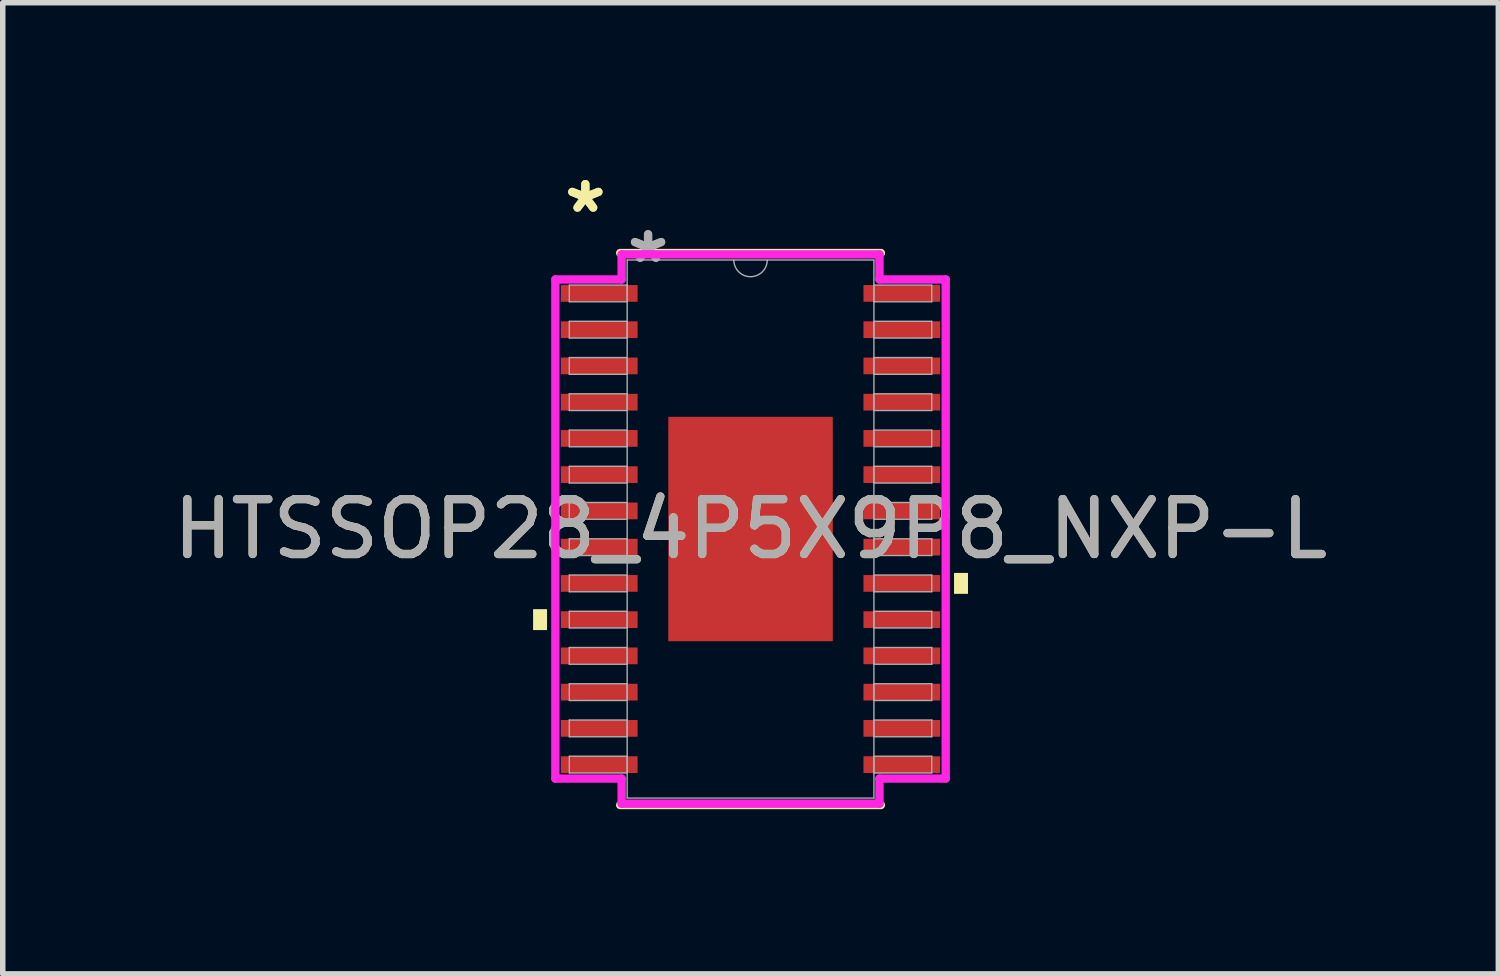
<source format=kicad_pcb>
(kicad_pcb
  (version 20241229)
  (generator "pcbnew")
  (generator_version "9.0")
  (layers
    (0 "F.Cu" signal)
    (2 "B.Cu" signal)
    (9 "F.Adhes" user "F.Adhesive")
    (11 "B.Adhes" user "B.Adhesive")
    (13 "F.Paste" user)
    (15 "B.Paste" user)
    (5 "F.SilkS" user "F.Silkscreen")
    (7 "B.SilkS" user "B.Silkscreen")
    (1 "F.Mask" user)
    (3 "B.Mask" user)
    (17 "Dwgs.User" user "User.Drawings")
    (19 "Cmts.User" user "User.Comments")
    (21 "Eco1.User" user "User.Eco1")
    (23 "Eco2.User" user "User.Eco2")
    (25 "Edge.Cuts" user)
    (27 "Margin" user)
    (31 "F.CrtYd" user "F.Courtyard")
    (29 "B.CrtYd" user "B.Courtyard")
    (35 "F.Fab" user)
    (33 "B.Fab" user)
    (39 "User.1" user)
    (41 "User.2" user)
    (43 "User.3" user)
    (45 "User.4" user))
  (footprint "HTSSOP28_4P5X9P8_NXP-L"
    (layer "F.Cu")
    (at 10.625 6.589)
    (property "Reference" "HTSSOP28_4P5X9P8_NXP-L" (at 0 0 0) (unlocked yes) (layer "F.SilkS") (effects (font (size 1 1) (thickness 0.15))))
    (attr smd)
    (fp_line (start -2.375 5.029) (end 2.375 5.029) (stroke (width 0.152) (type solid)) (layer "F.SilkS"))
    (fp_line (start 2.375 -5.029) (end -2.375 -5.029) (stroke (width 0.152) (type solid)) (layer "F.SilkS"))
    (fp_poly (pts (xy -3.962 1.46) (xy -3.962 1.841) (xy -3.708 1.841) (xy -3.708 1.46)) (stroke (width 0) (type solid)) (fill yes) (layer "F.SilkS"))
    (fp_poly (pts (xy 3.962 0.8) (xy 3.962 1.181) (xy 3.708 1.181) (xy 3.708 0.8)) (stroke (width 0) (type solid)) (fill yes) (layer "F.SilkS"))
    (fp_poly (pts (xy -1.399 -1.945) (xy -1.399 -0.782) (xy -0.1 -0.782) (xy -0.1 -1.945)) (stroke (width 0) (type solid)) (fill yes) (layer "F.Paste"))
    (fp_poly (pts (xy -1.399 -0.582) (xy -1.399 0.582) (xy -0.1 0.582) (xy -0.1 -0.582)) (stroke (width 0) (type solid)) (fill yes) (layer "F.Paste"))
    (fp_poly (pts (xy -1.399 0.782) (xy -1.399 1.945) (xy -0.1 1.945) (xy -0.1 0.782)) (stroke (width 0) (type solid)) (fill yes) (layer "F.Paste"))
    (fp_poly (pts (xy 0.1 -1.945) (xy 0.1 -0.782) (xy 1.399 -0.782) (xy 1.399 -1.945)) (stroke (width 0) (type solid)) (fill yes) (layer "F.Paste"))
    (fp_poly (pts (xy 0.1 -0.582) (xy 0.1 0.582) (xy 1.399 0.582) (xy 1.399 -0.582)) (stroke (width 0) (type solid)) (fill yes) (layer "F.Paste"))
    (fp_poly (pts (xy 0.1 0.782) (xy 0.1 1.945) (xy 1.399 1.945) (xy 1.399 0.782)) (stroke (width 0) (type solid)) (fill yes) (layer "F.Paste"))
    (fp_line (start -3.556 -4.547) (end -2.349 -4.547) (stroke (width 0.152) (type solid)) (layer "F.CrtYd"))
    (fp_line (start -3.556 4.547) (end -3.556 -4.547) (stroke (width 0.152) (type solid)) (layer "F.CrtYd"))
    (fp_line (start -3.556 4.547) (end -2.349 4.547) (stroke (width 0.152) (type solid)) (layer "F.CrtYd"))
    (fp_line (start -2.349 -5.004) (end 2.349 -5.004) (stroke (width 0.152) (type solid)) (layer "F.CrtYd"))
    (fp_line (start -2.349 -4.547) (end -2.349 -5.004) (stroke (width 0.152) (type solid)) (layer "F.CrtYd"))
    (fp_line (start -2.349 5.004) (end -2.349 4.547) (stroke (width 0.152) (type solid)) (layer "F.CrtYd"))
    (fp_line (start 2.349 -5.004) (end 2.349 -4.547) (stroke (width 0.152) (type solid)) (layer "F.CrtYd"))
    (fp_line (start 2.349 4.547) (end 2.349 5.004) (stroke (width 0.152) (type solid)) (layer "F.CrtYd"))
    (fp_line (start 2.349 5.004) (end -2.349 5.004) (stroke (width 0.152) (type solid)) (layer "F.CrtYd"))
    (fp_line (start 3.556 -4.547) (end 2.349 -4.547) (stroke (width 0.152) (type solid)) (layer "F.CrtYd"))
    (fp_line (start 3.556 -4.547) (end 3.556 4.547) (stroke (width 0.152) (type solid)) (layer "F.CrtYd"))
    (fp_line (start 3.556 4.547) (end 2.349 4.547) (stroke (width 0.152) (type solid)) (layer "F.CrtYd"))
    (fp_line (start -3.302 -4.445) (end -3.302 -4.14) (stroke (width 0.025) (type solid)) (layer "F.Fab"))
    (fp_line (start -3.302 -4.14) (end -2.248 -4.14) (stroke (width 0.025) (type solid)) (layer "F.Fab"))
    (fp_line (start -3.302 -3.785) (end -3.302 -3.48) (stroke (width 0.025) (type solid)) (layer "F.Fab"))
    (fp_line (start -3.302 -3.48) (end -2.248 -3.48) (stroke (width 0.025) (type solid)) (layer "F.Fab"))
    (fp_line (start -3.302 -3.124) (end -3.302 -2.819) (stroke (width 0.025) (type solid)) (layer "F.Fab"))
    (fp_line (start -3.302 -2.819) (end -2.248 -2.819) (stroke (width 0.025) (type solid)) (layer "F.Fab"))
    (fp_line (start -3.302 -2.464) (end -3.302 -2.159) (stroke (width 0.025) (type solid)) (layer "F.Fab"))
    (fp_line (start -3.302 -2.159) (end -2.248 -2.159) (stroke (width 0.025) (type solid)) (layer "F.Fab"))
    (fp_line (start -3.302 -1.803) (end -3.302 -1.499) (stroke (width 0.025) (type solid)) (layer "F.Fab"))
    (fp_line (start -3.302 -1.499) (end -2.248 -1.499) (stroke (width 0.025) (type solid)) (layer "F.Fab"))
    (fp_line (start -3.302 -1.143) (end -3.302 -0.838) (stroke (width 0.025) (type solid)) (layer "F.Fab"))
    (fp_line (start -3.302 -0.838) (end -2.248 -0.838) (stroke (width 0.025) (type solid)) (layer "F.Fab"))
    (fp_line (start -3.302 -0.483) (end -3.302 -0.178) (stroke (width 0.025) (type solid)) (layer "F.Fab"))
    (fp_line (start -3.302 -0.178) (end -2.248 -0.178) (stroke (width 0.025) (type solid)) (layer "F.Fab"))
    (fp_line (start -3.302 0.178) (end -3.302 0.483) (stroke (width 0.025) (type solid)) (layer "F.Fab"))
    (fp_line (start -3.302 0.483) (end -2.248 0.483) (stroke (width 0.025) (type solid)) (layer "F.Fab"))
    (fp_line (start -3.302 0.838) (end -3.302 1.143) (stroke (width 0.025) (type solid)) (layer "F.Fab"))
    (fp_line (start -3.302 1.143) (end -2.248 1.143) (stroke (width 0.025) (type solid)) (layer "F.Fab"))
    (fp_line (start -3.302 1.499) (end -3.302 1.803) (stroke (width 0.025) (type solid)) (layer "F.Fab"))
    (fp_line (start -3.302 1.803) (end -2.248 1.803) (stroke (width 0.025) (type solid)) (layer "F.Fab"))
    (fp_line (start -3.302 2.159) (end -3.302 2.464) (stroke (width 0.025) (type solid)) (layer "F.Fab"))
    (fp_line (start -3.302 2.464) (end -2.248 2.464) (stroke (width 0.025) (type solid)) (layer "F.Fab"))
    (fp_line (start -3.302 2.819) (end -3.302 3.124) (stroke (width 0.025) (type solid)) (layer "F.Fab"))
    (fp_line (start -3.302 3.124) (end -2.248 3.124) (stroke (width 0.025) (type solid)) (layer "F.Fab"))
    (fp_line (start -3.302 3.48) (end -3.302 3.785) (stroke (width 0.025) (type solid)) (layer "F.Fab"))
    (fp_line (start -3.302 3.785) (end -2.248 3.785) (stroke (width 0.025) (type solid)) (layer "F.Fab"))
    (fp_line (start -3.302 4.14) (end -3.302 4.445) (stroke (width 0.025) (type solid)) (layer "F.Fab"))
    (fp_line (start -3.302 4.445) (end -2.248 4.445) (stroke (width 0.025) (type solid)) (layer "F.Fab"))
    (fp_line (start -2.248 -4.902) (end -2.248 4.902) (stroke (width 0.025) (type solid)) (layer "F.Fab"))
    (fp_line (start -2.248 -4.445) (end -3.302 -4.445) (stroke (width 0.025) (type solid)) (layer "F.Fab"))
    (fp_line (start -2.248 -4.14) (end -2.248 -4.445) (stroke (width 0.025) (type solid)) (layer "F.Fab"))
    (fp_line (start -2.248 -3.785) (end -3.302 -3.785) (stroke (width 0.025) (type solid)) (layer "F.Fab"))
    (fp_line (start -2.248 -3.48) (end -2.248 -3.785) (stroke (width 0.025) (type solid)) (layer "F.Fab"))
    (fp_line (start -2.248 -3.124) (end -3.302 -3.124) (stroke (width 0.025) (type solid)) (layer "F.Fab"))
    (fp_line (start -2.248 -2.819) (end -2.248 -3.124) (stroke (width 0.025) (type solid)) (layer "F.Fab"))
    (fp_line (start -2.248 -2.464) (end -3.302 -2.464) (stroke (width 0.025) (type solid)) (layer "F.Fab"))
    (fp_line (start -2.248 -2.159) (end -2.248 -2.464) (stroke (width 0.025) (type solid)) (layer "F.Fab"))
    (fp_line (start -2.248 -1.803) (end -3.302 -1.803) (stroke (width 0.025) (type solid)) (layer "F.Fab"))
    (fp_line (start -2.248 -1.499) (end -2.248 -1.803) (stroke (width 0.025) (type solid)) (layer "F.Fab"))
    (fp_line (start -2.248 -1.143) (end -3.302 -1.143) (stroke (width 0.025) (type solid)) (layer "F.Fab"))
    (fp_line (start -2.248 -0.838) (end -2.248 -1.143) (stroke (width 0.025) (type solid)) (layer "F.Fab"))
    (fp_line (start -2.248 -0.483) (end -3.302 -0.483) (stroke (width 0.025) (type solid)) (layer "F.Fab"))
    (fp_line (start -2.248 -0.178) (end -2.248 -0.483) (stroke (width 0.025) (type solid)) (layer "F.Fab"))
    (fp_line (start -2.248 0.178) (end -3.302 0.178) (stroke (width 0.025) (type solid)) (layer "F.Fab"))
    (fp_line (start -2.248 0.483) (end -2.248 0.178) (stroke (width 0.025) (type solid)) (layer "F.Fab"))
    (fp_line (start -2.248 0.838) (end -3.302 0.838) (stroke (width 0.025) (type solid)) (layer "F.Fab"))
    (fp_line (start -2.248 1.143) (end -2.248 0.838) (stroke (width 0.025) (type solid)) (layer "F.Fab"))
    (fp_line (start -2.248 1.499) (end -3.302 1.499) (stroke (width 0.025) (type solid)) (layer "F.Fab"))
    (fp_line (start -2.248 1.803) (end -2.248 1.499) (stroke (width 0.025) (type solid)) (layer "F.Fab"))
    (fp_line (start -2.248 2.159) (end -3.302 2.159) (stroke (width 0.025) (type solid)) (layer "F.Fab"))
    (fp_line (start -2.248 2.464) (end -2.248 2.159) (stroke (width 0.025) (type solid)) (layer "F.Fab"))
    (fp_line (start -2.248 2.819) (end -3.302 2.819) (stroke (width 0.025) (type solid)) (layer "F.Fab"))
    (fp_line (start -2.248 3.124) (end -2.248 2.819) (stroke (width 0.025) (type solid)) (layer "F.Fab"))
    (fp_line (start -2.248 3.48) (end -3.302 3.48) (stroke (width 0.025) (type solid)) (layer "F.Fab"))
    (fp_line (start -2.248 3.785) (end -2.248 3.48) (stroke (width 0.025) (type solid)) (layer "F.Fab"))
    (fp_line (start -2.248 4.14) (end -3.302 4.14) (stroke (width 0.025) (type solid)) (layer "F.Fab"))
    (fp_line (start -2.248 4.445) (end -2.248 4.14) (stroke (width 0.025) (type solid)) (layer "F.Fab"))
    (fp_line (start -2.248 4.902) (end 2.248 4.902) (stroke (width 0.025) (type solid)) (layer "F.Fab"))
    (fp_line (start 2.248 -4.902) (end -2.248 -4.902) (stroke (width 0.025) (type solid)) (layer "F.Fab"))
    (fp_line (start 2.248 -4.445) (end 2.248 -4.14) (stroke (width 0.025) (type solid)) (layer "F.Fab"))
    (fp_line (start 2.248 -4.14) (end 3.302 -4.14) (stroke (width 0.025) (type solid)) (layer "F.Fab"))
    (fp_line (start 2.248 -3.785) (end 2.248 -3.48) (stroke (width 0.025) (type solid)) (layer "F.Fab"))
    (fp_line (start 2.248 -3.48) (end 3.302 -3.48) (stroke (width 0.025) (type solid)) (layer "F.Fab"))
    (fp_line (start 2.248 -3.124) (end 2.248 -2.819) (stroke (width 0.025) (type solid)) (layer "F.Fab"))
    (fp_line (start 2.248 -2.819) (end 3.302 -2.819) (stroke (width 0.025) (type solid)) (layer "F.Fab"))
    (fp_line (start 2.248 -2.464) (end 2.248 -2.159) (stroke (width 0.025) (type solid)) (layer "F.Fab"))
    (fp_line (start 2.248 -2.159) (end 3.302 -2.159) (stroke (width 0.025) (type solid)) (layer "F.Fab"))
    (fp_line (start 2.248 -1.803) (end 2.248 -1.499) (stroke (width 0.025) (type solid)) (layer "F.Fab"))
    (fp_line (start 2.248 -1.499) (end 3.302 -1.499) (stroke (width 0.025) (type solid)) (layer "F.Fab"))
    (fp_line (start 2.248 -1.143) (end 2.248 -0.838) (stroke (width 0.025) (type solid)) (layer "F.Fab"))
    (fp_line (start 2.248 -0.838) (end 3.302 -0.838) (stroke (width 0.025) (type solid)) (layer "F.Fab"))
    (fp_line (start 2.248 -0.483) (end 2.248 -0.178) (stroke (width 0.025) (type solid)) (layer "F.Fab"))
    (fp_line (start 2.248 -0.178) (end 3.302 -0.178) (stroke (width 0.025) (type solid)) (layer "F.Fab"))
    (fp_line (start 2.248 0.178) (end 2.248 0.483) (stroke (width 0.025) (type solid)) (layer "F.Fab"))
    (fp_line (start 2.248 0.483) (end 3.302 0.483) (stroke (width 0.025) (type solid)) (layer "F.Fab"))
    (fp_line (start 2.248 0.838) (end 2.248 1.143) (stroke (width 0.025) (type solid)) (layer "F.Fab"))
    (fp_line (start 2.248 1.143) (end 3.302 1.143) (stroke (width 0.025) (type solid)) (layer "F.Fab"))
    (fp_line (start 2.248 1.499) (end 2.248 1.803) (stroke (width 0.025) (type solid)) (layer "F.Fab"))
    (fp_line (start 2.248 1.803) (end 3.302 1.803) (stroke (width 0.025) (type solid)) (layer "F.Fab"))
    (fp_line (start 2.248 2.159) (end 2.248 2.464) (stroke (width 0.025) (type solid)) (layer "F.Fab"))
    (fp_line (start 2.248 2.464) (end 3.302 2.464) (stroke (width 0.025) (type solid)) (layer "F.Fab"))
    (fp_line (start 2.248 2.819) (end 2.248 3.124) (stroke (width 0.025) (type solid)) (layer "F.Fab"))
    (fp_line (start 2.248 3.124) (end 3.302 3.124) (stroke (width 0.025) (type solid)) (layer "F.Fab"))
    (fp_line (start 2.248 3.48) (end 2.248 3.785) (stroke (width 0.025) (type solid)) (layer "F.Fab"))
    (fp_line (start 2.248 3.785) (end 3.302 3.785) (stroke (width 0.025) (type solid)) (layer "F.Fab"))
    (fp_line (start 2.248 4.14) (end 2.248 4.445) (stroke (width 0.025) (type solid)) (layer "F.Fab"))
    (fp_line (start 2.248 4.445) (end 3.302 4.445) (stroke (width 0.025) (type solid)) (layer "F.Fab"))
    (fp_line (start 2.248 4.902) (end 2.248 -4.902) (stroke (width 0.025) (type solid)) (layer "F.Fab"))
    (fp_line (start 3.302 -4.445) (end 2.248 -4.445) (stroke (width 0.025) (type solid)) (layer "F.Fab"))
    (fp_line (start 3.302 -4.14) (end 3.302 -4.445) (stroke (width 0.025) (type solid)) (layer "F.Fab"))
    (fp_line (start 3.302 -3.785) (end 2.248 -3.785) (stroke (width 0.025) (type solid)) (layer "F.Fab"))
    (fp_line (start 3.302 -3.48) (end 3.302 -3.785) (stroke (width 0.025) (type solid)) (layer "F.Fab"))
    (fp_line (start 3.302 -3.124) (end 2.248 -3.124) (stroke (width 0.025) (type solid)) (layer "F.Fab"))
    (fp_line (start 3.302 -2.819) (end 3.302 -3.124) (stroke (width 0.025) (type solid)) (layer "F.Fab"))
    (fp_line (start 3.302 -2.464) (end 2.248 -2.464) (stroke (width 0.025) (type solid)) (layer "F.Fab"))
    (fp_line (start 3.302 -2.159) (end 3.302 -2.464) (stroke (width 0.025) (type solid)) (layer "F.Fab"))
    (fp_line (start 3.302 -1.803) (end 2.248 -1.803) (stroke (width 0.025) (type solid)) (layer "F.Fab"))
    (fp_line (start 3.302 -1.499) (end 3.302 -1.803) (stroke (width 0.025) (type solid)) (layer "F.Fab"))
    (fp_line (start 3.302 -1.143) (end 2.248 -1.143) (stroke (width 0.025) (type solid)) (layer "F.Fab"))
    (fp_line (start 3.302 -0.838) (end 3.302 -1.143) (stroke (width 0.025) (type solid)) (layer "F.Fab"))
    (fp_line (start 3.302 -0.483) (end 2.248 -0.483) (stroke (width 0.025) (type solid)) (layer "F.Fab"))
    (fp_line (start 3.302 -0.178) (end 3.302 -0.483) (stroke (width 0.025) (type solid)) (layer "F.Fab"))
    (fp_line (start 3.302 0.178) (end 2.248 0.178) (stroke (width 0.025) (type solid)) (layer "F.Fab"))
    (fp_line (start 3.302 0.483) (end 3.302 0.178) (stroke (width 0.025) (type solid)) (layer "F.Fab"))
    (fp_line (start 3.302 0.838) (end 2.248 0.838) (stroke (width 0.025) (type solid)) (layer "F.Fab"))
    (fp_line (start 3.302 1.143) (end 3.302 0.838) (stroke (width 0.025) (type solid)) (layer "F.Fab"))
    (fp_line (start 3.302 1.499) (end 2.248 1.499) (stroke (width 0.025) (type solid)) (layer "F.Fab"))
    (fp_line (start 3.302 1.803) (end 3.302 1.499) (stroke (width 0.025) (type solid)) (layer "F.Fab"))
    (fp_line (start 3.302 2.159) (end 2.248 2.159) (stroke (width 0.025) (type solid)) (layer "F.Fab"))
    (fp_line (start 3.302 2.464) (end 3.302 2.159) (stroke (width 0.025) (type solid)) (layer "F.Fab"))
    (fp_line (start 3.302 2.819) (end 2.248 2.819) (stroke (width 0.025) (type solid)) (layer "F.Fab"))
    (fp_line (start 3.302 3.124) (end 3.302 2.819) (stroke (width 0.025) (type solid)) (layer "F.Fab"))
    (fp_line (start 3.302 3.48) (end 2.248 3.48) (stroke (width 0.025) (type solid)) (layer "F.Fab"))
    (fp_line (start 3.302 3.785) (end 3.302 3.48) (stroke (width 0.025) (type solid)) (layer "F.Fab"))
    (fp_line (start 3.302 4.14) (end 2.248 4.14) (stroke (width 0.025) (type solid)) (layer "F.Fab"))
    (fp_line (start 3.302 4.445) (end 3.302 4.14) (stroke (width 0.025) (type solid)) (layer "F.Fab"))
    (fp_arc (start 0.3048 -4.9022) (mid 0 -4.5974) (end -0.3048 -4.9022) (stroke (width 0.0254) (type solid)) (layer "F.Fab"))
    (fp_text user "*" (at -3.01 -5.74 0) (layer "F.SilkS") (effects (font (size 1 1) (thickness 0.15))))
    (fp_text user "*" (at -3.01 -5.74 0) (unlocked yes) (layer "F.SilkS") (effects (font (size 1 1) (thickness 0.15))))
    (fp_text user "*" (at -1.867 -4.826 0) (unlocked yes) (layer "F.Fab") (effects (font (size 1 1) (thickness 0.15))))
    (fp_text user "${REFERENCE}" (at 0 0 0) (unlocked yes) (layer "F.Fab") (effects (font (size 1 1) (thickness 0.15))))
    (fp_text user "*" (at -1.867 -4.826 0) (layer "F.Fab") (effects (font (size 1 1) (thickness 0.15))))
    (pad "1" smd rect (at -2.756 -4.293) (size 1.397 0.305) (layers "F.Cu" "F.Mask" "F.Paste"))
    (pad "2" smd rect (at -2.756 -3.632) (size 1.397 0.305) (layers "F.Cu" "F.Mask" "F.Paste"))
    (pad "3" smd rect (at -2.756 -2.972) (size 1.397 0.305) (layers "F.Cu" "F.Mask" "F.Paste"))
    (pad "4" smd rect (at -2.756 -2.311) (size 1.397 0.305) (layers "F.Cu" "F.Mask" "F.Paste"))
    (pad "5" smd rect (at -2.756 -1.651) (size 1.397 0.305) (layers "F.Cu" "F.Mask" "F.Paste"))
    (pad "6" smd rect (at -2.756 -0.991) (size 1.397 0.305) (layers "F.Cu" "F.Mask" "F.Paste"))
    (pad "7" smd rect (at -2.756 -0.33) (size 1.397 0.305) (layers "F.Cu" "F.Mask" "F.Paste"))
    (pad "8" smd rect (at -2.756 0.33) (size 1.397 0.305) (layers "F.Cu" "F.Mask" "F.Paste"))
    (pad "9" smd rect (at -2.756 0.991) (size 1.397 0.305) (layers "F.Cu" "F.Mask" "F.Paste"))
    (pad "10" smd rect (at -2.756 1.651) (size 1.397 0.305) (layers "F.Cu" "F.Mask" "F.Paste"))
    (pad "11" smd rect (at -2.756 2.311) (size 1.397 0.305) (layers "F.Cu" "F.Mask" "F.Paste"))
    (pad "12" smd rect (at -2.756 2.972) (size 1.397 0.305) (layers "F.Cu" "F.Mask" "F.Paste"))
    (pad "13" smd rect (at -2.756 3.632) (size 1.397 0.305) (layers "F.Cu" "F.Mask" "F.Paste"))
    (pad "14" smd rect (at -2.756 4.293) (size 1.397 0.305) (layers "F.Cu" "F.Mask" "F.Paste"))
    (pad "15" smd rect (at 2.756 4.293) (size 1.397 0.305) (layers "F.Cu" "F.Mask" "F.Paste"))
    (pad "16" smd rect (at 2.756 3.632) (size 1.397 0.305) (layers "F.Cu" "F.Mask" "F.Paste"))
    (pad "17" smd rect (at 2.756 2.972) (size 1.397 0.305) (layers "F.Cu" "F.Mask" "F.Paste"))
    (pad "18" smd rect (at 2.756 2.311) (size 1.397 0.305) (layers "F.Cu" "F.Mask" "F.Paste"))
    (pad "19" smd rect (at 2.756 1.651) (size 1.397 0.305) (layers "F.Cu" "F.Mask" "F.Paste"))
    (pad "20" smd rect (at 2.756 0.991) (size 1.397 0.305) (layers "F.Cu" "F.Mask" "F.Paste"))
    (pad "21" smd rect (at 2.756 0.33) (size 1.397 0.305) (layers "F.Cu" "F.Mask" "F.Paste"))
    (pad "22" smd rect (at 2.756 -0.33) (size 1.397 0.305) (layers "F.Cu" "F.Mask" "F.Paste"))
    (pad "23" smd rect (at 2.756 -0.991) (size 1.397 0.305) (layers "F.Cu" "F.Mask" "F.Paste"))
    (pad "24" smd rect (at 2.756 -1.651) (size 1.397 0.305) (layers "F.Cu" "F.Mask" "F.Paste"))
    (pad "25" smd rect (at 2.756 -2.311) (size 1.397 0.305) (layers "F.Cu" "F.Mask" "F.Paste"))
    (pad "26" smd rect (at 2.756 -2.972) (size 1.397 0.305) (layers "F.Cu" "F.Mask" "F.Paste"))
    (pad "27" smd rect (at 2.756 -3.632) (size 1.397 0.305) (layers "F.Cu" "F.Mask" "F.Paste"))
    (pad "28" smd rect (at 2.756 -4.293) (size 1.397 0.305) (layers "F.Cu" "F.Mask" "F.Paste"))
    (pad "EPAD" smd rect (at 0 0) (size 2.997 4.089) (layers "F.Cu" "F.Mask")))
  (gr_rect
    (start -3 -3)
    (end 24.25 14.694)
    (stroke (width 0.1) (type default))
    (fill no)
    (layer "Edge.Cuts")))
</source>
